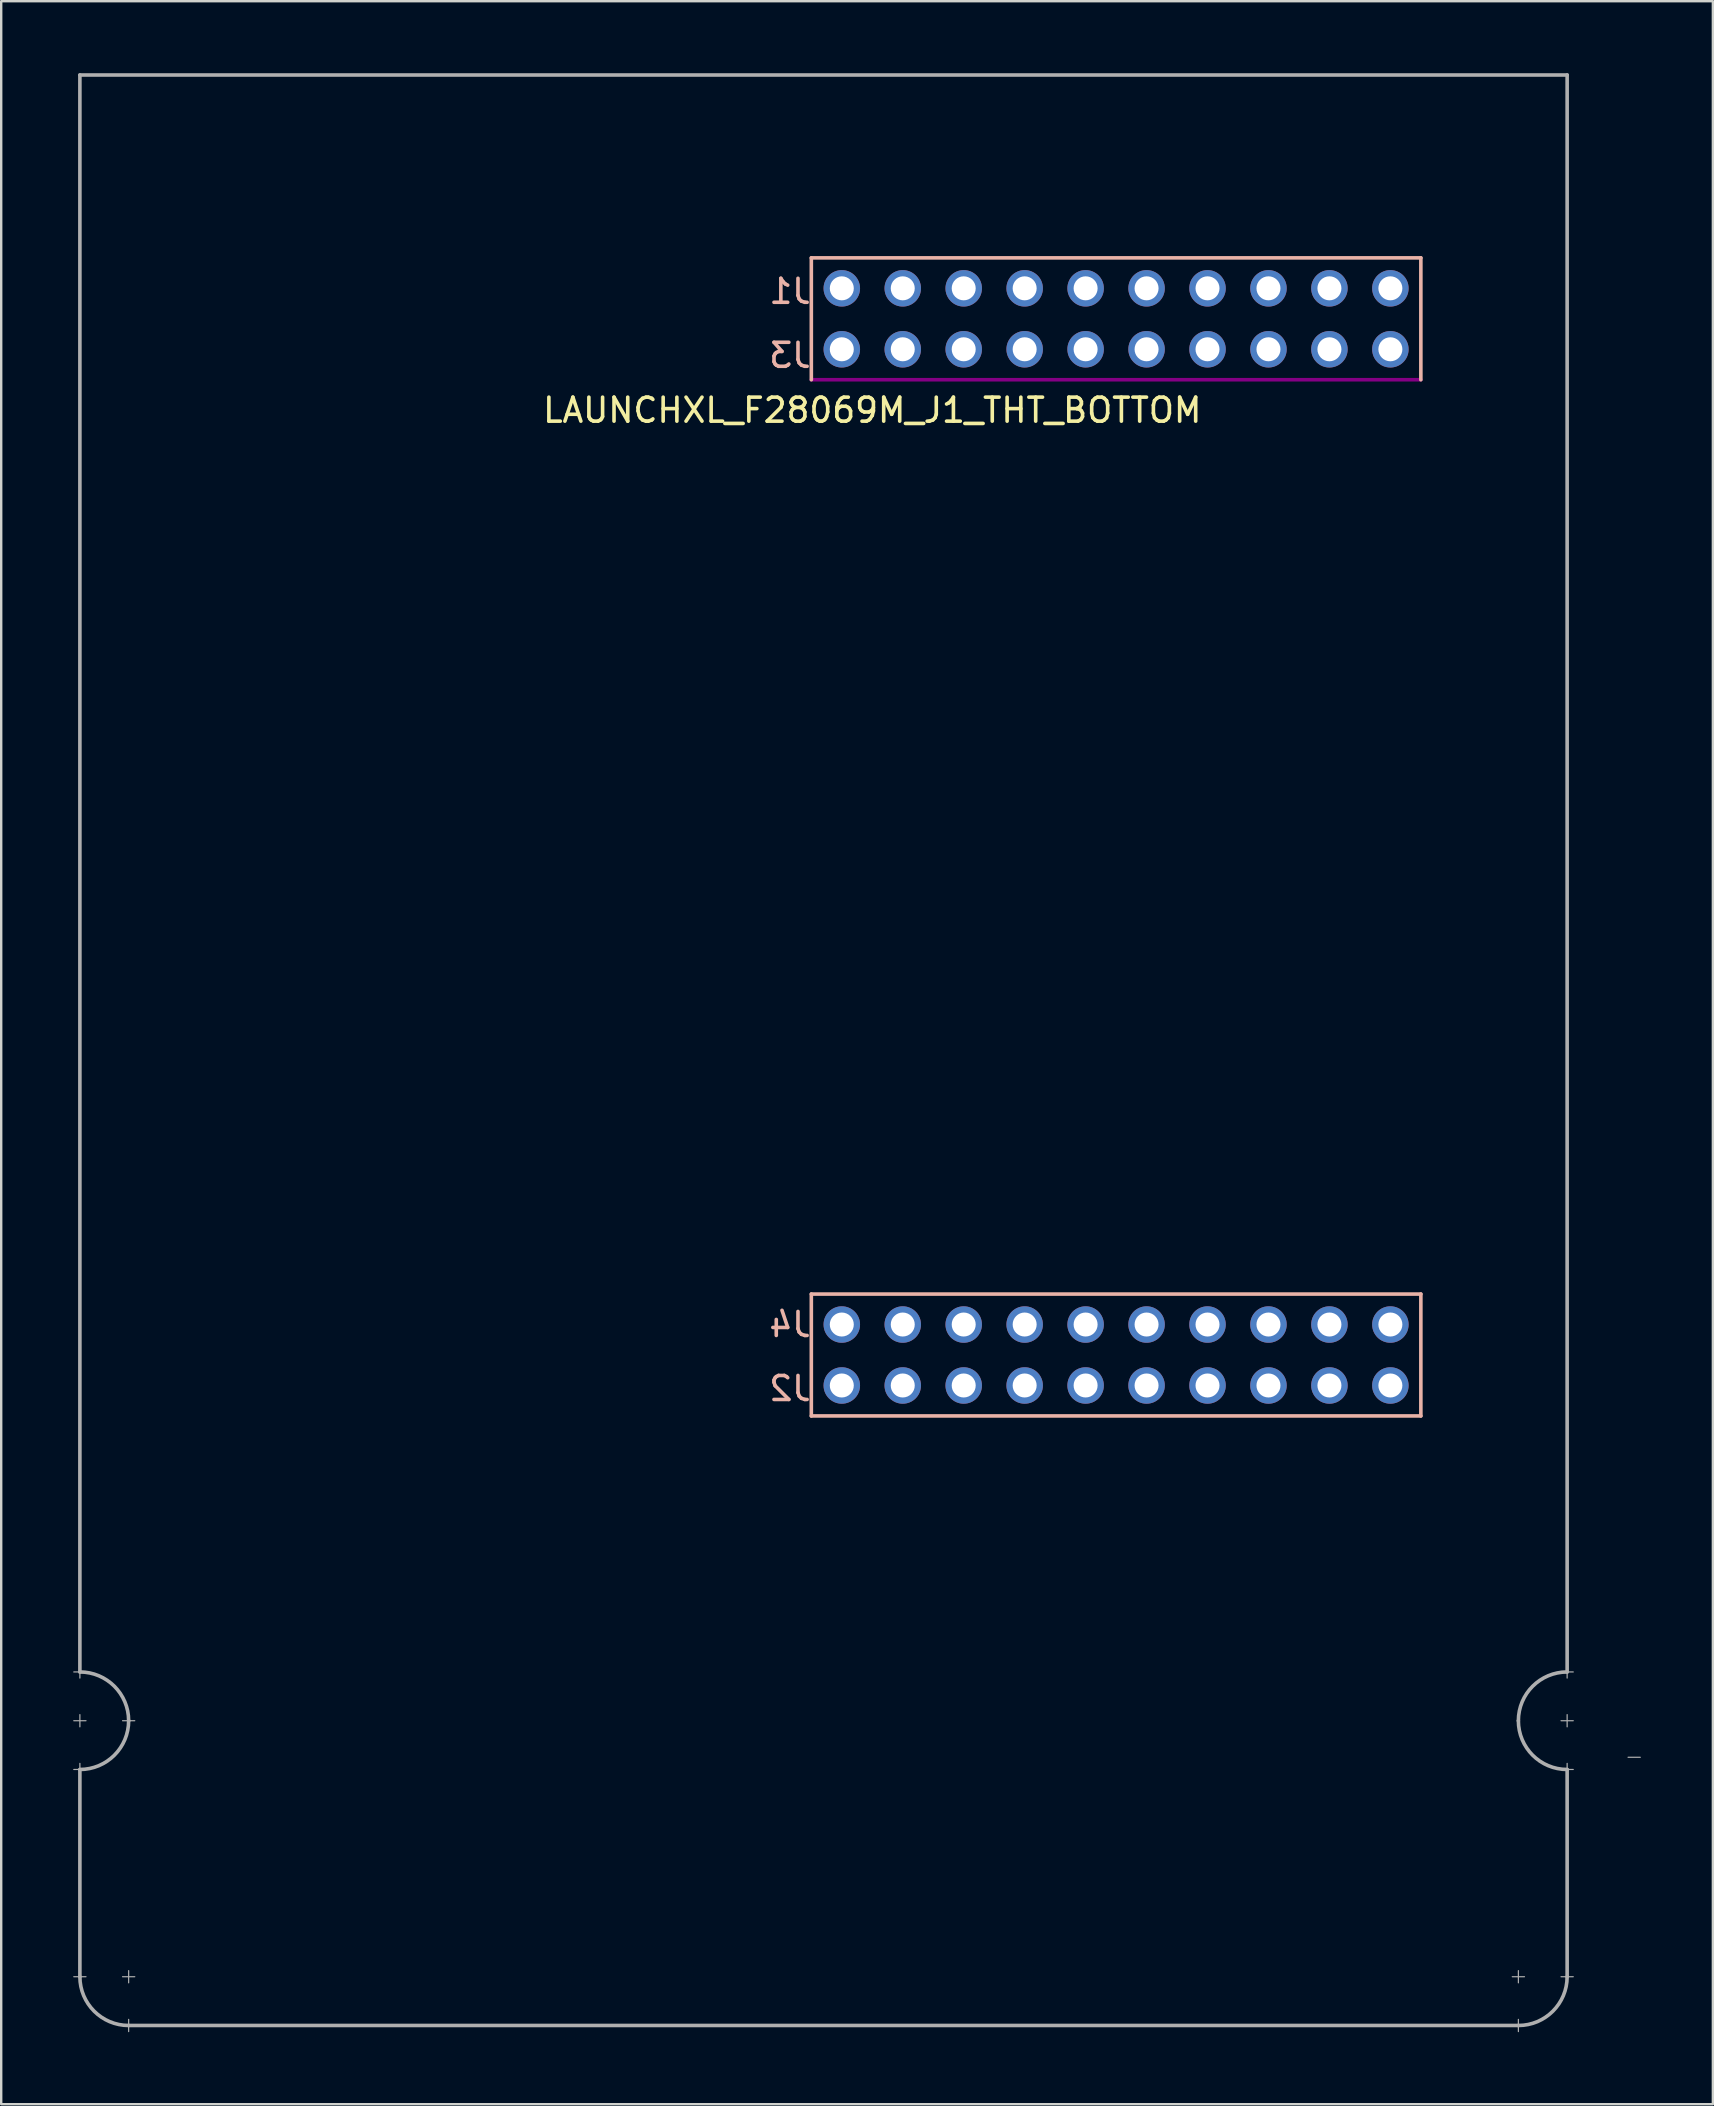
<source format=kicad_pcb>
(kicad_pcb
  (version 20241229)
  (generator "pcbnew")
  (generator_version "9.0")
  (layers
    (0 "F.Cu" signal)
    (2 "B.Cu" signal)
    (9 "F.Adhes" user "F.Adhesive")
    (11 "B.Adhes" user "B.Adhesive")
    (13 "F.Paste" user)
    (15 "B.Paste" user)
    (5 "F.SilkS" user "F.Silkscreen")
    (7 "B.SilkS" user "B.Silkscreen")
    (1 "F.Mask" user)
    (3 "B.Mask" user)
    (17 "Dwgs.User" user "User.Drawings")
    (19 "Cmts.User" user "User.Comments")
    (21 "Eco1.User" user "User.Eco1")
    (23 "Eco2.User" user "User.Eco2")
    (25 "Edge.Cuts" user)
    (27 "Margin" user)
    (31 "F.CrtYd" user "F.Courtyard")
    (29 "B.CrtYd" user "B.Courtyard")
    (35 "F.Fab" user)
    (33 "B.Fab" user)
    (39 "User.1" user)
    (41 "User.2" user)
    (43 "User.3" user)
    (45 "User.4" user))
  (footprint "LAUNCHXL_F28069M_J1_THT_BOTTOM"
    (layer "F.Cu")
    (at 0.279 55.955)
    (property "Reference" "LAUNCHXL_F28069M_J1_THT_BOTTOM" (at 33.02 -41.91 0) (layer "F.SilkS") (effects (font (size 1 1) (thickness 0.15))))
    (attr through_hole)
    (fp_line (start 30.48 -48.26) (end 30.48 -43.18) (stroke (width 0.15) (type solid)) (layer "B.SilkS"))
    (fp_line (start 30.48 -5.08) (end 30.48 0) (stroke (width 0.15) (type solid)) (layer "B.SilkS"))
    (fp_line (start 30.48 0) (end 55.88 0) (stroke (width 0.15) (type solid)) (layer "B.SilkS"))
    (fp_line (start 55.88 -48.26) (end 30.48 -48.26) (stroke (width 0.15) (type solid)) (layer "B.SilkS"))
    (fp_line (start 55.88 -43.18) (end 55.88 -48.26) (stroke (width 0.15) (type solid)) (layer "B.SilkS"))
    (fp_line (start 55.88 -5.08) (end 30.48 -5.08) (stroke (width 0.15) (type solid)) (layer "B.SilkS"))
    (fp_line (start 55.88 0) (end 55.88 -5.08) (stroke (width 0.15) (type solid)) (layer "B.SilkS"))
    (fp_line (start 30.48 -43.18) (end 55.88 -43.18) (stroke (width 0.15) (type solid)) (layer "F.Adhes"))
    (fp_line (start -0.254 10.668) (end 0.254 10.668) (stroke (width 0.05) (type solid)) (layer "F.Fab"))
    (fp_line (start -0.254 12.7) (end 0.254 12.7) (stroke (width 0.05) (type solid)) (layer "F.Fab"))
    (fp_line (start -0.254 14.732) (end 0.254 14.732) (stroke (width 0.05) (type solid)) (layer "F.Fab"))
    (fp_line (start 0 -55.88) (end 0 10.668) (stroke (width 0.15) (type solid)) (layer "F.Fab"))
    (fp_line (start 0 10.414) (end 0 10.922) (stroke (width 0.05) (type solid)) (layer "F.Fab"))
    (fp_line (start 0 12.446) (end 0 12.954) (stroke (width 0.05) (type solid)) (layer "F.Fab"))
    (fp_line (start 0 14.478) (end 0 14.986) (stroke (width 0.05) (type solid)) (layer "F.Fab"))
    (fp_line (start 0 14.732) (end 0 23.368) (stroke (width 0.15) (type solid)) (layer "F.Fab"))
    (fp_line (start 0 23.114) (end 0 23.622) (stroke (width 0.05) (type solid)) (layer "F.Fab"))
    (fp_line (start 0.254 23.368) (end -0.254 23.368) (stroke (width 0.05) (type solid)) (layer "F.Fab"))
    (fp_line (start 1.778 12.7) (end 2.286 12.7) (stroke (width 0.05) (type solid)) (layer "F.Fab"))
    (fp_line (start 2.032 23.114) (end 2.032 23.622) (stroke (width 0.05) (type solid)) (layer "F.Fab"))
    (fp_line (start 2.032 25.146) (end 2.032 25.654) (stroke (width 0.05) (type solid)) (layer "F.Fab"))
    (fp_line (start 2.032 25.4) (end 59.944 25.4) (stroke (width 0.15) (type solid)) (layer "F.Fab"))
    (fp_line (start 2.286 23.368) (end 1.778 23.368) (stroke (width 0.05) (type solid)) (layer "F.Fab"))
    (fp_line (start 59.69 23.368) (end 60.198 23.368) (stroke (width 0.05) (type solid)) (layer "F.Fab"))
    (fp_line (start 59.69 25.4) (end 60.198 25.4) (stroke (width 0.05) (type solid)) (layer "F.Fab"))
    (fp_line (start 59.944 23.114) (end 59.944 23.622) (stroke (width 0.05) (type solid)) (layer "F.Fab"))
    (fp_line (start 59.944 25.146) (end 59.944 25.654) (stroke (width 0.05) (type solid)) (layer "F.Fab"))
    (fp_line (start 61.722 23.368) (end 62.23 23.368) (stroke (width 0.05) (type solid)) (layer "F.Fab"))
    (fp_line (start 61.976 -55.88) (end 0 -55.88) (stroke (width 0.15) (type solid)) (layer "F.Fab"))
    (fp_line (start 61.976 10.668) (end 61.976 -55.88) (stroke (width 0.15) (type solid)) (layer "F.Fab"))
    (fp_line (start 61.976 10.922) (end 61.976 10.414) (stroke (width 0.05) (type solid)) (layer "F.Fab"))
    (fp_line (start 61.976 12.954) (end 61.976 12.446) (stroke (width 0.05) (type solid)) (layer "F.Fab"))
    (fp_line (start 61.976 14.732) (end 61.976 23.368) (stroke (width 0.15) (type solid)) (layer "F.Fab"))
    (fp_line (start 61.976 14.986) (end 61.976 14.478) (stroke (width 0.05) (type solid)) (layer "F.Fab"))
    (fp_line (start 62.23 10.668) (end 61.722 10.668) (stroke (width 0.05) (type solid)) (layer "F.Fab"))
    (fp_line (start 62.23 12.7) (end 61.722 12.7) (stroke (width 0.05) (type solid)) (layer "F.Fab"))
    (fp_line (start 62.23 14.732) (end 61.722 14.732) (stroke (width 0.05) (type solid)) (layer "F.Fab"))
    (fp_line (start 65.024 14.224) (end 64.516 14.224) (stroke (width 0.05) (type solid)) (layer "F.Fab"))
    (fp_arc (start 0 10.668) (mid 1.436841 11.263159) (end 2.032 12.7) (stroke (width 0.15) (type solid)) (layer "F.Fab"))
    (fp_arc (start 2.032 12.7) (mid 1.436841 14.136841) (end 0 14.732) (stroke (width 0.15) (type solid)) (layer "F.Fab"))
    (fp_arc (start 2.032 25.4) (mid 0.595159 24.804841) (end 0 23.368) (stroke (width 0.15) (type solid)) (layer "F.Fab"))
    (fp_arc (start 59.944 12.7) (mid 60.539159 11.263159) (end 61.976 10.668) (stroke (width 0.15) (type solid)) (layer "F.Fab"))
    (fp_arc (start 61.976 14.732) (mid 60.539159 14.136841) (end 59.944 12.7) (stroke (width 0.15) (type solid)) (layer "F.Fab"))
    (fp_arc (start 61.976 23.368) (mid 61.380841 24.804841) (end 59.944 25.4) (stroke (width 0.15) (type solid)) (layer "F.Fab"))
    (fp_text user "J1" (at 29.591 -46.863 0) (layer "B.SilkS") (effects (font (size 1 1) (thickness 0.15)) (justify mirror)))
    (fp_text user "J4" (at 29.591 -3.81 0) (layer "B.SilkS") (effects (font (size 1 1) (thickness 0.15)) (justify mirror)))
    (fp_text user "J2" (at 29.591 -1.143 0) (layer "B.SilkS") (effects (font (size 1 1) (thickness 0.15)) (justify mirror)))
    (fp_text user "J3" (at 29.591 -44.196 0) (layer "B.SilkS") (effects (font (size 1 1) (thickness 0.15)) (justify mirror)))
    (pad "+3V3" thru_hole circle (at 54.61 -46.99) (size 1.52 1.52) (drill 1) (layers "*.Cu" "*.Mask"))
    (pad "+5V" thru_hole circle (at 54.61 -44.45) (size 1.52 1.52) (drill 1) (layers "*.Cu" "*.Mask"))
    (pad "A_A0" thru_hole circle (at 39.37 -44.45) (size 1.52 1.52) (drill 1) (layers "*.Cu" "*.Mask"))
    (pad "A_A1" thru_hole circle (at 34.29 -44.45) (size 1.52 1.52) (drill 1) (layers "*.Cu" "*.Mask"))
    (pad "A_A2" thru_hole circle (at 44.45 -44.45) (size 1.52 1.52) (drill 1) (layers "*.Cu" "*.Mask"))
    (pad "A_A6" thru_hole circle (at 52.07 -46.99) (size 1.52 1.52) (drill 1) (layers "*.Cu" "*.Mask"))
    (pad "A_A7" thru_hole circle (at 49.53 -44.45) (size 1.52 1.52) (drill 1) (layers "*.Cu" "*.Mask"))
    (pad "A_B0" thru_hole circle (at 36.83 -44.45) (size 1.52 1.52) (drill 1) (layers "*.Cu" "*.Mask"))
    (pad "A_B1" thru_hole circle (at 46.99 -44.45) (size 1.52 1.52) (drill 1) (layers "*.Cu" "*.Mask"))
    (pad "A_B2" thru_hole circle (at 41.91 -44.45) (size 1.52 1.52) (drill 1) (layers "*.Cu" "*.Mask"))
    (pad "A_B6" thru_hole circle (at 41.91 -46.99) (size 1.52 1.52) (drill 1) (layers "*.Cu" "*.Mask"))
    (pad "DAC1" thru_hole circle (at 34.29 -3.81) (size 1.52 1.52) (drill 1) (layers "*.Cu" "*.Mask"))
    (pad "DAC2" thru_hole circle (at 31.75 -3.81) (size 1.52 1.52) (drill 1) (layers "*.Cu" "*.Mask"))
    (pad "GND" thru_hole circle (at 52.07 -44.45) (size 1.52 1.52) (drill 1) (layers "*.Cu" "*.Mask"))
    (pad "GND" thru_hole circle (at 54.61 -1.27) (size 1.52 1.52) (drill 1) (layers "*.Cu" "*.Mask"))
    (pad "NC" thru_hole circle (at 31.75 -44.45) (size 1.52 1.52) (drill 1) (layers "*.Cu" "*.Mask"))
    (pad "NC" thru_hole circle (at 36.83 -3.81) (size 1.52 1.52) (drill 1) (layers "*.Cu" "*.Mask"))
    (pad "NC" thru_hole circle (at 46.99 -1.27) (size 1.52 1.52) (drill 1) (layers "*.Cu" "*.Mask"))
    (pad "P_0" thru_hole circle (at 54.61 -3.81) (size 1.52 1.52) (drill 1) (layers "*.Cu" "*.Mask"))
    (pad "P_1" thru_hole circle (at 52.07 -3.81) (size 1.52 1.52) (drill 1) (layers "*.Cu" "*.Mask"))
    (pad "P_2" thru_hole circle (at 49.53 -3.81) (size 1.52 1.52) (drill 1) (layers "*.Cu" "*.Mask"))
    (pad "P_3" thru_hole circle (at 46.99 -3.81) (size 1.52 1.52) (drill 1) (layers "*.Cu" "*.Mask"))
    (pad "P_4" thru_hole circle (at 44.45 -3.81) (size 1.52 1.52) (drill 1) (layers "*.Cu" "*.Mask"))
    (pad "P_5" thru_hole circle (at 41.91 -3.81) (size 1.52 1.52) (drill 1) (layers "*.Cu" "*.Mask"))
    (pad "P_12" thru_hole circle (at 44.45 -46.99) (size 1.52 1.52) (drill 1) (layers "*.Cu" "*.Mask"))
    (pad "P_13" thru_hole circle (at 39.37 -3.81) (size 1.52 1.52) (drill 1) (layers "*.Cu" "*.Mask"))
    (pad "P_16" thru_hole circle (at 41.91 -1.27) (size 1.52 1.52) (drill 1) (layers "*.Cu" "*.Mask"))
    (pad "P_17" thru_hole circle (at 39.37 -1.27) (size 1.52 1.52) (drill 1) (layers "*.Cu" "*.Mask"))
    (pad "P_18" thru_hole circle (at 39.37 -46.99) (size 1.52 1.52) (drill 1) (layers "*.Cu" "*.Mask"))
    (pad "P_19" thru_hole circle (at 52.07 -1.27) (size 1.52 1.52) (drill 1) (layers "*.Cu" "*.Mask"))
    (pad "P_22" thru_hole circle (at 36.83 -46.99) (size 1.52 1.52) (drill 1) (layers "*.Cu" "*.Mask"))
    (pad "P_28" thru_hole circle (at 49.53 -46.99) (size 1.52 1.52) (drill 1) (layers "*.Cu" "*.Mask"))
    (pad "P_29" thru_hole circle (at 46.99 -46.99) (size 1.52 1.52) (drill 1) (layers "*.Cu" "*.Mask"))
    (pad "P_32" thru_hole circle (at 31.75 -46.99) (size 1.52 1.52) (drill 1) (layers "*.Cu" "*.Mask"))
    (pad "P_33" thru_hole circle (at 34.29 -46.99) (size 1.52 1.52) (drill 1) (layers "*.Cu" "*.Mask"))
    (pad "P_44" thru_hole circle (at 49.53 -1.27) (size 1.52 1.52) (drill 1) (layers "*.Cu" "*.Mask"))
    (pad "P_50" thru_hole circle (at 36.83 -1.27) (size 1.52 1.52) (drill 1) (layers "*.Cu" "*.Mask"))
    (pad "P_51" thru_hole circle (at 34.29 -1.27) (size 1.52 1.52) (drill 1) (layers "*.Cu" "*.Mask"))
    (pad "P_55" thru_hole circle (at 31.75 -1.27) (size 1.52 1.52) (drill 1) (layers "*.Cu" "*.Mask"))
    (pad "Rese" thru_hole circle (at 44.45 -1.27) (size 1.52 1.52) (drill 1) (layers "*.Cu" "*.Mask")))
  (gr_rect
    (start -3 -3)
    (end 68.328 84.634)
    (stroke (width 0.1) (type default))
    (fill no)
    (layer "Edge.Cuts")))
</source>
